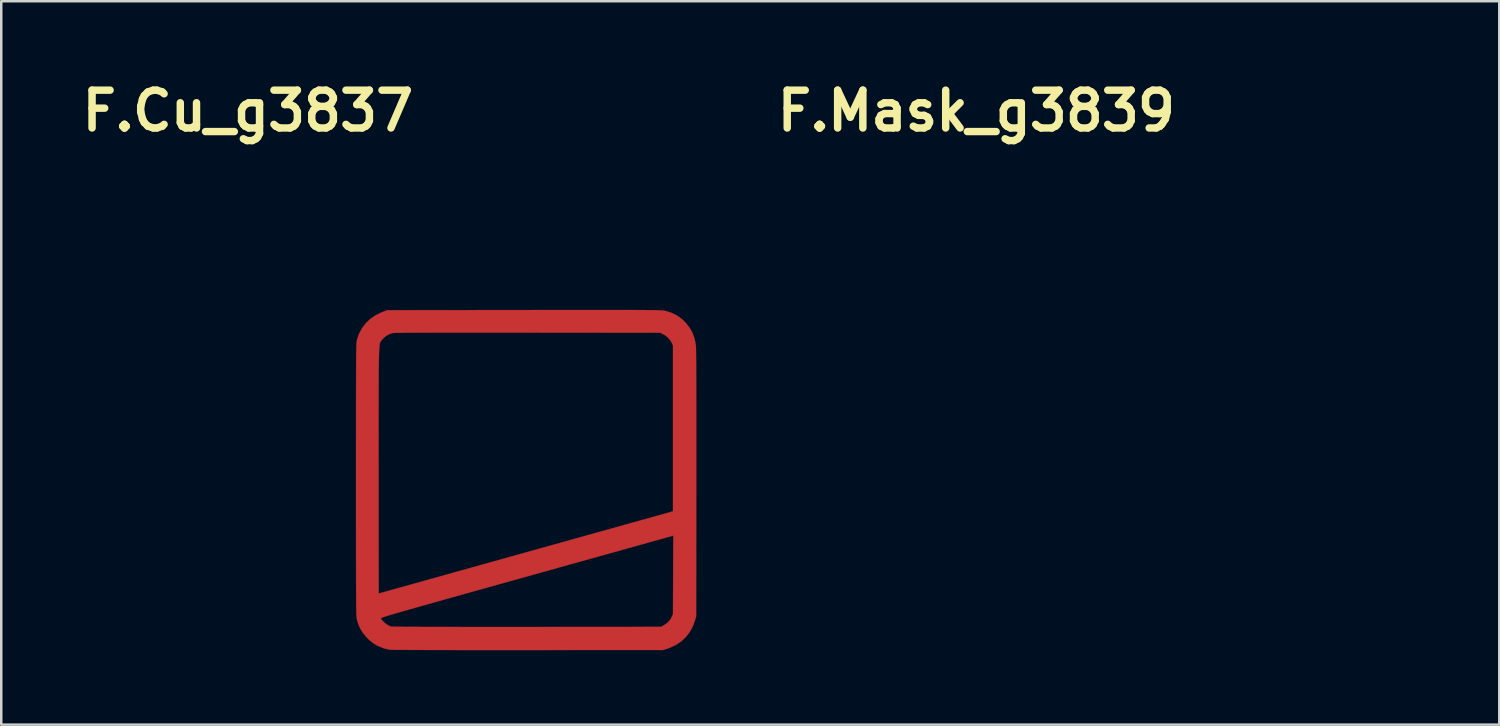
<source format=kicad_pcb>
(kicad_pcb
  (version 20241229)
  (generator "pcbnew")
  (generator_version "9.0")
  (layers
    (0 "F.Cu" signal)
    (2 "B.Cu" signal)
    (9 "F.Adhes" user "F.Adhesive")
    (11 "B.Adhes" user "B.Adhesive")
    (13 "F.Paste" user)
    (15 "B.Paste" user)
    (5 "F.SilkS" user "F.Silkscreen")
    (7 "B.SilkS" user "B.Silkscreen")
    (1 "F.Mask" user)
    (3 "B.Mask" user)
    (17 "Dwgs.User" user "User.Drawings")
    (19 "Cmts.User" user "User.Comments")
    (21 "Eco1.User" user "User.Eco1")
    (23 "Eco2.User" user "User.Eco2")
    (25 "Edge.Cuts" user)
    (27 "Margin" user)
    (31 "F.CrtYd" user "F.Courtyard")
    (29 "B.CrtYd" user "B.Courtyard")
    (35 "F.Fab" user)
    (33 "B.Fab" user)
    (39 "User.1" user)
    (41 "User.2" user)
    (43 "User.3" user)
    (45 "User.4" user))
  (footprint "F.Mask_g3839"
    (layer "F.Cu")
    (at 36.296 1.418)
    (property "Reference" "F.Mask_g3839" (at 0 0 0) (layer "F.SilkS") (effects (font (size 1.524 1.524) (thickness 0.3))))
    (attr through_hole)
    (fp_poly (pts (xy 14.358 8.025) (xy 14.679 8.025) (xy 14.969 8.025) (xy 15.231 8.025) (xy 15.467 8.026) (xy 15.677 8.027) (xy 15.863 8.028) (xy 16.026 8.029) (xy 16.17 8.03) (xy 16.293 8.031) (xy 16.4 8.033) (xy 16.49 8.035) (xy 16.565 8.037) (xy 16.628 8.039) (xy 16.679 8.042) (xy 16.72 8.044) (xy 16.753 8.047) (xy 16.779 8.051) (xy 16.8 8.054) (xy 16.806 8.056) (xy 17.057 8.131) (xy 17.285 8.243) (xy 17.493 8.391) (xy 17.636 8.528) (xy 17.797 8.73) (xy 17.919 8.948) (xy 18.005 9.185) (xy 18.055 9.443) (xy 18.057 9.461) (xy 18.059 9.502) (xy 18.061 9.584) (xy 18.063 9.706) (xy 18.065 9.867) (xy 18.066 10.066) (xy 18.068 10.302) (xy 18.069 10.574) (xy 18.07 10.881) (xy 18.071 11.221) (xy 18.071 11.594) (xy 18.072 11.999) (xy 18.072 12.434) (xy 18.073 12.899) (xy 18.073 13.392) (xy 18.072 13.912) (xy 18.072 14.459) (xy 18.072 15.007) (xy 18.066 20.373) (xy 18.019 20.538) (xy 17.926 20.788) (xy 17.8 21.015) (xy 17.64 21.216) (xy 17.451 21.39) (xy 17.233 21.533) (xy 16.989 21.645) (xy 16.89 21.678) (xy 16.732 21.727) (xy 11.282 21.73) (xy 10.803 21.731) (xy 10.335 21.731) (xy 9.879 21.731) (xy 9.437 21.73) (xy 9.01 21.73) (xy 8.602 21.73) (xy 8.213 21.729) (xy 7.845 21.729) (xy 7.501 21.728) (xy 7.181 21.727) (xy 6.888 21.726) (xy 6.624 21.725) (xy 6.39 21.724) (xy 6.188 21.723) (xy 6.02 21.722) (xy 5.888 21.721) (xy 5.793 21.72) (xy 5.738 21.718) (xy 5.725 21.717) (xy 5.487 21.662) (xy 5.247 21.566) (xy 5.196 21.541) (xy 5.044 21.446) (xy 4.892 21.321) (xy 4.749 21.176) (xy 4.626 21.022) (xy 4.534 20.87) (xy 4.487 20.766) (xy 4.442 20.649) (xy 4.408 20.544) (xy 4.402 20.523) (xy 4.398 20.505) (xy 4.394 20.486) (xy 4.39 20.465) (xy 4.389 20.452) (xy 5.359 20.452) (xy 5.36 20.455) (xy 5.428 20.551) (xy 5.526 20.643) (xy 5.639 20.723) (xy 5.755 20.779) (xy 5.779 20.787) (xy 5.804 20.789) (xy 5.87 20.79) (xy 5.975 20.791) (xy 6.117 20.792) (xy 6.294 20.794) (xy 6.504 20.795) (xy 6.746 20.796) (xy 7.018 20.797) (xy 7.317 20.797) (xy 7.643 20.798) (xy 7.993 20.799) (xy 8.366 20.799) (xy 8.759 20.8) (xy 9.172 20.8) (xy 9.601 20.8) (xy 10.046 20.8) (xy 10.505 20.8) (xy 10.975 20.8) (xy 11.239 20.8) (xy 16.648 20.796) (xy 16.758 20.738) (xy 16.904 20.639) (xy 17.018 20.513) (xy 17.079 20.406) (xy 17.134 20.288) (xy 17.14 18.703) (xy 17.146 17.119) (xy 17.098 17.131) (xy 17.074 17.138) (xy 17.01 17.155) (xy 16.91 17.183) (xy 16.773 17.221) (xy 16.602 17.269) (xy 16.398 17.326) (xy 16.164 17.391) (xy 15.9 17.465) (xy 15.608 17.546) (xy 15.29 17.635) (xy 14.948 17.731) (xy 14.583 17.833) (xy 14.196 17.941) (xy 13.79 18.054) (xy 13.366 18.172) (xy 12.926 18.295) (xy 12.471 18.422) (xy 12.003 18.553) (xy 11.523 18.687) (xy 11.194 18.779) (xy 10.614 18.941) (xy 10.075 19.092) (xy 9.573 19.232) (xy 9.107 19.362) (xy 8.677 19.482) (xy 8.281 19.593) (xy 7.918 19.695) (xy 7.585 19.789) (xy 7.283 19.874) (xy 7.008 19.951) (xy 6.761 20.021) (xy 6.54 20.084) (xy 6.342 20.14) (xy 6.168 20.19) (xy 6.015 20.234) (xy 5.882 20.273) (xy 5.768 20.307) (xy 5.672 20.336) (xy 5.591 20.36) (xy 5.525 20.381) (xy 5.473 20.399) (xy 5.432 20.413) (xy 5.402 20.425) (xy 5.381 20.434) (xy 5.367 20.441) (xy 5.361 20.448) (xy 5.359 20.452) (xy 4.389 20.452) (xy 4.387 20.439) (xy 4.384 20.408) (xy 4.381 20.37) (xy 4.378 20.323) (xy 4.376 20.266) (xy 4.373 20.196) (xy 4.371 20.114) (xy 4.37 20.016) (xy 4.368 19.902) (xy 4.367 19.769) (xy 4.366 19.617) (xy 4.364 19.443) (xy 4.364 19.247) (xy 4.363 19.026) (xy 4.362 18.78) (xy 4.362 18.506) (xy 4.361 18.202) (xy 4.361 17.868) (xy 4.361 17.502) (xy 4.361 17.102) (xy 4.36 16.667) (xy 4.36 16.194) (xy 4.36 15.684) (xy 4.36 15.133) (xy 4.36 14.87) (xy 4.36 14.3) (xy 4.36 13.771) (xy 4.36 13.281) (xy 4.361 12.829) (xy 4.361 12.547) (xy 5.27 12.547) (xy 5.27 12.978) (xy 5.27 13.447) (xy 5.27 13.955) (xy 5.271 14.503) (xy 5.271 14.506) (xy 5.271 14.96) (xy 5.271 15.404) (xy 5.271 15.834) (xy 5.271 16.249) (xy 5.271 16.647) (xy 5.271 17.027) (xy 5.271 17.386) (xy 5.272 17.722) (xy 5.272 18.035) (xy 5.272 18.321) (xy 5.273 18.58) (xy 5.273 18.808) (xy 5.274 19.005) (xy 5.274 19.169) (xy 5.274 19.297) (xy 5.275 19.388) (xy 5.275 19.44) (xy 5.276 19.452) (xy 5.296 19.446) (xy 5.356 19.429) (xy 5.453 19.402) (xy 5.587 19.365) (xy 5.754 19.318) (xy 5.955 19.262) (xy 6.186 19.198) (xy 6.447 19.125) (xy 6.736 19.044) (xy 7.052 18.956) (xy 7.392 18.861) (xy 7.755 18.76) (xy 8.14 18.652) (xy 8.545 18.539) (xy 8.968 18.421) (xy 9.407 18.298) (xy 9.862 18.171) (xy 10.331 18.04) (xy 10.811 17.906) (xy 11.208 17.795) (xy 17.134 16.139) (xy 17.134 9.451) (xy 17.089 9.352) (xy 17.01 9.224) (xy 16.901 9.108) (xy 16.776 9.018) (xy 16.746 9.002) (xy 16.626 8.943) (xy 11.282 8.937) (xy 10.647 8.937) (xy 10.054 8.936) (xy 9.502 8.936) (xy 8.991 8.936) (xy 8.521 8.936) (xy 8.09 8.937) (xy 7.698 8.937) (xy 7.345 8.938) (xy 7.031 8.939) (xy 6.754 8.94) (xy 6.514 8.942) (xy 6.311 8.943) (xy 6.144 8.945) (xy 6.013 8.947) (xy 5.917 8.949) (xy 5.855 8.952) (xy 5.829 8.954) (xy 5.692 9.001) (xy 5.559 9.079) (xy 5.448 9.178) (xy 5.416 9.216) (xy 5.4 9.235) (xy 5.386 9.252) (xy 5.372 9.267) (xy 5.36 9.283) (xy 5.349 9.301) (xy 5.339 9.322) (xy 5.329 9.348) (xy 5.321 9.381) (xy 5.313 9.423) (xy 5.306 9.474) (xy 5.3 9.537) (xy 5.295 9.614) (xy 5.29 9.705) (xy 5.286 9.813) (xy 5.283 9.938) (xy 5.28 10.084) (xy 5.277 10.251) (xy 5.275 10.44) (xy 5.274 10.655) (xy 5.273 10.895) (xy 5.272 11.163) (xy 5.271 11.461) (xy 5.271 11.79) (xy 5.27 12.151) (xy 5.27 12.547) (xy 4.361 12.547) (xy 4.361 12.413) (xy 4.361 12.032) (xy 4.361 11.683) (xy 4.362 11.366) (xy 4.362 11.079) (xy 4.363 10.82) (xy 4.363 10.588) (xy 4.364 10.38) (xy 4.365 10.197) (xy 4.366 10.035) (xy 4.368 9.894) (xy 4.369 9.772) (xy 4.371 9.667) (xy 4.373 9.578) (xy 4.375 9.503) (xy 4.377 9.441) (xy 4.38 9.389) (xy 4.382 9.348) (xy 4.385 9.314) (xy 4.389 9.286) (xy 4.392 9.264) (xy 4.396 9.245) (xy 4.4 9.227) (xy 4.401 9.223) (xy 4.485 8.979) (xy 4.604 8.756) (xy 4.757 8.556) (xy 4.942 8.381) (xy 5.155 8.235) (xy 5.395 8.118) (xy 5.493 8.082) (xy 5.641 8.033) (xy 11.144 8.027) (xy 11.718 8.026) (xy 12.251 8.026) (xy 12.745 8.025) (xy 13.201 8.025) (xy 13.621 8.025) (xy 14.006 8.025) (xy 14.358 8.025)) (stroke (width 0.01) (type solid)) (fill yes) (layer "F.Mask")))
  (footprint "F.Cu_g3837"
    (layer "F.Cu")
    (at 6.938 1.418)
    (property "Reference" "F.Cu_g3837" (at 0 0 0) (layer "F.SilkS") (effects (font (size 1.524 1.524) (thickness 0.3))))
    (attr through_hole)
    (fp_poly (pts (xy 14.358 8.025) (xy 14.679 8.025) (xy 14.969 8.025) (xy 15.231 8.025) (xy 15.467 8.026) (xy 15.677 8.027) (xy 15.863 8.028) (xy 16.026 8.029) (xy 16.17 8.03) (xy 16.293 8.031) (xy 16.4 8.033) (xy 16.49 8.035) (xy 16.565 8.037) (xy 16.628 8.039) (xy 16.679 8.042) (xy 16.72 8.044) (xy 16.753 8.047) (xy 16.779 8.051) (xy 16.8 8.054) (xy 16.806 8.056) (xy 17.057 8.131) (xy 17.285 8.243) (xy 17.493 8.391) (xy 17.636 8.528) (xy 17.797 8.73) (xy 17.919 8.948) (xy 18.005 9.185) (xy 18.055 9.443) (xy 18.057 9.461) (xy 18.059 9.502) (xy 18.061 9.584) (xy 18.063 9.706) (xy 18.065 9.867) (xy 18.066 10.066) (xy 18.068 10.302) (xy 18.069 10.574) (xy 18.07 10.881) (xy 18.071 11.221) (xy 18.071 11.594) (xy 18.072 11.999) (xy 18.072 12.434) (xy 18.073 12.899) (xy 18.073 13.392) (xy 18.072 13.912) (xy 18.072 14.459) (xy 18.072 15.007) (xy 18.066 20.373) (xy 18.019 20.538) (xy 17.926 20.788) (xy 17.8 21.015) (xy 17.64 21.216) (xy 17.451 21.39) (xy 17.233 21.533) (xy 16.989 21.645) (xy 16.89 21.678) (xy 16.732 21.727) (xy 11.282 21.73) (xy 10.803 21.731) (xy 10.335 21.731) (xy 9.879 21.731) (xy 9.437 21.73) (xy 9.01 21.73) (xy 8.602 21.73) (xy 8.213 21.729) (xy 7.845 21.729) (xy 7.501 21.728) (xy 7.181 21.727) (xy 6.888 21.726) (xy 6.624 21.725) (xy 6.39 21.724) (xy 6.188 21.723) (xy 6.02 21.722) (xy 5.888 21.721) (xy 5.793 21.72) (xy 5.738 21.718) (xy 5.725 21.717) (xy 5.487 21.662) (xy 5.247 21.566) (xy 5.196 21.541) (xy 5.044 21.446) (xy 4.892 21.321) (xy 4.749 21.176) (xy 4.626 21.022) (xy 4.534 20.87) (xy 4.487 20.766) (xy 4.442 20.649) (xy 4.408 20.544) (xy 4.402 20.523) (xy 4.398 20.505) (xy 4.394 20.486) (xy 4.39 20.465) (xy 4.389 20.452) (xy 5.359 20.452) (xy 5.36 20.455) (xy 5.428 20.551) (xy 5.526 20.643) (xy 5.639 20.723) (xy 5.755 20.779) (xy 5.779 20.787) (xy 5.804 20.789) (xy 5.87 20.79) (xy 5.975 20.791) (xy 6.117 20.792) (xy 6.294 20.794) (xy 6.504 20.795) (xy 6.746 20.796) (xy 7.018 20.797) (xy 7.317 20.797) (xy 7.643 20.798) (xy 7.993 20.799) (xy 8.366 20.799) (xy 8.759 20.8) (xy 9.172 20.8) (xy 9.601 20.8) (xy 10.046 20.8) (xy 10.505 20.8) (xy 10.975 20.8) (xy 11.239 20.8) (xy 16.648 20.796) (xy 16.758 20.738) (xy 16.904 20.639) (xy 17.018 20.513) (xy 17.079 20.406) (xy 17.134 20.288) (xy 17.14 18.703) (xy 17.146 17.119) (xy 17.098 17.131) (xy 17.074 17.138) (xy 17.01 17.155) (xy 16.91 17.183) (xy 16.773 17.221) (xy 16.602 17.269) (xy 16.398 17.326) (xy 16.164 17.391) (xy 15.9 17.465) (xy 15.608 17.546) (xy 15.29 17.635) (xy 14.948 17.731) (xy 14.583 17.833) (xy 14.196 17.941) (xy 13.79 18.054) (xy 13.366 18.172) (xy 12.926 18.295) (xy 12.471 18.422) (xy 12.003 18.553) (xy 11.523 18.687) (xy 11.194 18.779) (xy 10.614 18.941) (xy 10.075 19.092) (xy 9.573 19.232) (xy 9.107 19.362) (xy 8.677 19.482) (xy 8.281 19.593) (xy 7.918 19.695) (xy 7.585 19.789) (xy 7.283 19.874) (xy 7.008 19.951) (xy 6.761 20.021) (xy 6.54 20.084) (xy 6.342 20.14) (xy 6.168 20.19) (xy 6.015 20.234) (xy 5.882 20.273) (xy 5.768 20.307) (xy 5.672 20.336) (xy 5.591 20.36) (xy 5.525 20.381) (xy 5.473 20.399) (xy 5.432 20.413) (xy 5.402 20.425) (xy 5.381 20.434) (xy 5.367 20.441) (xy 5.361 20.448) (xy 5.359 20.452) (xy 4.389 20.452) (xy 4.387 20.439) (xy 4.384 20.408) (xy 4.381 20.37) (xy 4.378 20.323) (xy 4.376 20.266) (xy 4.373 20.196) (xy 4.371 20.114) (xy 4.37 20.016) (xy 4.368 19.902) (xy 4.367 19.769) (xy 4.366 19.617) (xy 4.364 19.443) (xy 4.364 19.247) (xy 4.363 19.026) (xy 4.362 18.78) (xy 4.362 18.506) (xy 4.361 18.202) (xy 4.361 17.868) (xy 4.361 17.502) (xy 4.361 17.102) (xy 4.36 16.667) (xy 4.36 16.194) (xy 4.36 15.684) (xy 4.36 15.133) (xy 4.36 14.87) (xy 4.36 14.3) (xy 4.36 13.771) (xy 4.36 13.281) (xy 4.361 12.829) (xy 4.361 12.547) (xy 5.27 12.547) (xy 5.27 12.978) (xy 5.27 13.447) (xy 5.27 13.955) (xy 5.271 14.503) (xy 5.271 14.506) (xy 5.271 14.96) (xy 5.271 15.404) (xy 5.271 15.834) (xy 5.271 16.249) (xy 5.271 16.647) (xy 5.271 17.027) (xy 5.271 17.386) (xy 5.272 17.722) (xy 5.272 18.035) (xy 5.272 18.321) (xy 5.273 18.58) (xy 5.273 18.808) (xy 5.274 19.005) (xy 5.274 19.169) (xy 5.274 19.297) (xy 5.275 19.388) (xy 5.275 19.44) (xy 5.276 19.452) (xy 5.296 19.446) (xy 5.356 19.429) (xy 5.453 19.402) (xy 5.587 19.365) (xy 5.754 19.318) (xy 5.955 19.262) (xy 6.186 19.198) (xy 6.447 19.125) (xy 6.736 19.044) (xy 7.052 18.956) (xy 7.392 18.861) (xy 7.755 18.76) (xy 8.14 18.652) (xy 8.545 18.539) (xy 8.968 18.421) (xy 9.407 18.298) (xy 9.862 18.171) (xy 10.331 18.04) (xy 10.811 17.906) (xy 11.208 17.795) (xy 17.134 16.139) (xy 17.134 9.451) (xy 17.089 9.352) (xy 17.01 9.224) (xy 16.901 9.108) (xy 16.776 9.018) (xy 16.746 9.002) (xy 16.626 8.943) (xy 11.282 8.937) (xy 10.647 8.937) (xy 10.054 8.936) (xy 9.502 8.936) (xy 8.991 8.936) (xy 8.521 8.936) (xy 8.09 8.937) (xy 7.698 8.937) (xy 7.345 8.938) (xy 7.031 8.939) (xy 6.754 8.94) (xy 6.514 8.942) (xy 6.311 8.943) (xy 6.144 8.945) (xy 6.013 8.947) (xy 5.917 8.949) (xy 5.855 8.952) (xy 5.829 8.954) (xy 5.692 9.001) (xy 5.559 9.079) (xy 5.448 9.178) (xy 5.416 9.216) (xy 5.4 9.235) (xy 5.386 9.252) (xy 5.372 9.267) (xy 5.36 9.283) (xy 5.349 9.301) (xy 5.339 9.322) (xy 5.329 9.348) (xy 5.321 9.381) (xy 5.313 9.423) (xy 5.306 9.474) (xy 5.3 9.537) (xy 5.295 9.614) (xy 5.29 9.705) (xy 5.286 9.813) (xy 5.283 9.938) (xy 5.28 10.084) (xy 5.277 10.251) (xy 5.275 10.44) (xy 5.274 10.655) (xy 5.273 10.895) (xy 5.272 11.163) (xy 5.271 11.461) (xy 5.271 11.79) (xy 5.27 12.151) (xy 5.27 12.547) (xy 4.361 12.547) (xy 4.361 12.413) (xy 4.361 12.032) (xy 4.361 11.683) (xy 4.362 11.366) (xy 4.362 11.079) (xy 4.363 10.82) (xy 4.363 10.588) (xy 4.364 10.38) (xy 4.365 10.197) (xy 4.366 10.035) (xy 4.368 9.894) (xy 4.369 9.772) (xy 4.371 9.667) (xy 4.373 9.578) (xy 4.375 9.503) (xy 4.377 9.441) (xy 4.38 9.389) (xy 4.382 9.348) (xy 4.385 9.314) (xy 4.389 9.286) (xy 4.392 9.264) (xy 4.396 9.245) (xy 4.4 9.227) (xy 4.401 9.223) (xy 4.485 8.979) (xy 4.604 8.756) (xy 4.757 8.556) (xy 4.942 8.381) (xy 5.155 8.235) (xy 5.395 8.118) (xy 5.493 8.082) (xy 5.641 8.033) (xy 11.144 8.027) (xy 11.718 8.026) (xy 12.251 8.026) (xy 12.745 8.025) (xy 13.201 8.025) (xy 13.621 8.025) (xy 14.006 8.025) (xy 14.358 8.025)) (stroke (width 0.01) (type solid)) (fill yes) (layer "F.Cu")))
  (gr_rect
    (start -3 -3)
    (end 57.373 26.154)
    (stroke (width 0.1) (type default))
    (fill no)
    (layer "Edge.Cuts")))
</source>
